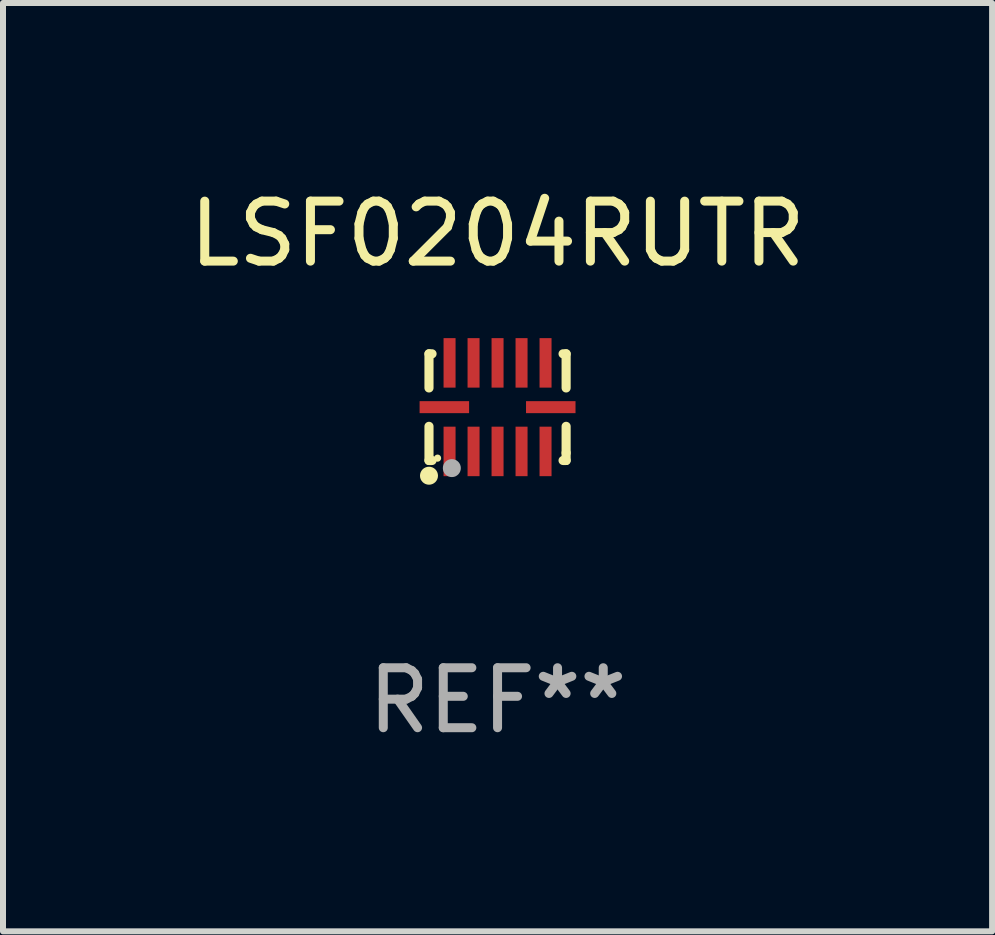
<source format=kicad_pcb>
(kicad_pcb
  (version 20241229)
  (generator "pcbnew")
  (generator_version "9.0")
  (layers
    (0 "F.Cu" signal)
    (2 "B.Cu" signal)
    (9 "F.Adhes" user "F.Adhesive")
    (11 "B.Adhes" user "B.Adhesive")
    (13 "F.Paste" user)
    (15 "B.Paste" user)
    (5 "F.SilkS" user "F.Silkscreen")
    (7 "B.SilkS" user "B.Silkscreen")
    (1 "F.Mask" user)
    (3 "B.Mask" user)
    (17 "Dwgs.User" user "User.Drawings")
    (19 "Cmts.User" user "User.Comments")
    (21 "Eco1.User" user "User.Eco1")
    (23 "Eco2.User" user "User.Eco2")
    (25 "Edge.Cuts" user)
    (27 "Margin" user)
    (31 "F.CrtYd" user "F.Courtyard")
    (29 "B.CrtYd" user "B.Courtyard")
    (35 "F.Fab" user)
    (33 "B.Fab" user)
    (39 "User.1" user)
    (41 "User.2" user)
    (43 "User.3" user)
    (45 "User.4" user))
  (footprint "LSF0204RUTR"
    (layer "F.Cu")
    (at 5.244 3.737)
    (property "Reference" "LSF0204RUTR" (at 0 -2.889 0) (layer "F.SilkS") (effects (font (size 1 1) (thickness 0.15))))
    (attr through_hole)
    (fp_line (start -1.143 -0.889) (end -1.143 -0.32) (stroke (width 0.152) (type solid)) (layer "F.SilkS"))
    (fp_line (start -1.143 0.32) (end -1.143 0.889) (stroke (width 0.152) (type solid)) (layer "F.SilkS"))
    (fp_line (start -1.143 0.889) (end -1.092 0.889) (stroke (width 0.152) (type solid)) (layer "F.SilkS"))
    (fp_line (start -1.092 -0.889) (end -1.143 -0.889) (stroke (width 0.152) (type solid)) (layer "F.SilkS"))
    (fp_line (start 1.092 0.889) (end 1.143 0.889) (stroke (width 0.152) (type solid)) (layer "F.SilkS"))
    (fp_line (start 1.143 -0.889) (end 1.092 -0.889) (stroke (width 0.152) (type solid)) (layer "F.SilkS"))
    (fp_line (start 1.143 -0.32) (end 1.143 -0.889) (stroke (width 0.152) (type solid)) (layer "F.SilkS"))
    (fp_line (start 1.143 0.762) (end 1.143 0.32) (stroke (width 0.152) (type solid)) (layer "F.SilkS"))
    (fp_line (start 1.143 0.889) (end 1.143 0.762) (stroke (width 0.152) (type solid)) (layer "F.SilkS"))
    (fp_circle (center -1.143 1.143) (end -1.068 1.143) (stroke (width 0.15) (type solid)) (fill no) (layer "F.SilkS"))
    (fp_circle (center -1 0.85) (end -0.97 0.85) (stroke (width 0.06) (type solid)) (fill no) (layer "F.SilkS"))
    (fp_circle (center -0.762 1.016) (end -0.687 1.016) (stroke (width 0.15) (type solid)) (fill no) (layer "F.Fab"))
    (fp_text user "REF**" (at 0 4.889 0) (layer "F.Fab") (effects (font (size 1 1) (thickness 0.15))))
    (pad "1" smd rect (at -0.8 0.738) (size 0.2 0.825) (layers "F.Cu" "F.Mask" "F.Paste"))
    (pad "2" smd rect (at -0.4 0.738) (size 0.2 0.825) (layers "F.Cu" "F.Mask" "F.Paste"))
    (pad "3" smd rect (at 0 0.738) (size 0.2 0.825) (layers "F.Cu" "F.Mask" "F.Paste"))
    (pad "4" smd rect (at 0.4 0.738) (size 0.2 0.825) (layers "F.Cu" "F.Mask" "F.Paste"))
    (pad "5" smd rect (at 0.8 0.738) (size 0.2 0.825) (layers "F.Cu" "F.Mask" "F.Paste"))
    (pad "6" smd rect (at 0.887 0) (size 0.825 0.2) (layers "F.Cu" "F.Mask" "F.Paste"))
    (pad "7" smd rect (at 0.8 -0.738) (size 0.2 0.825) (layers "F.Cu" "F.Mask" "F.Paste"))
    (pad "8" smd rect (at 0.4 -0.738) (size 0.2 0.825) (layers "F.Cu" "F.Mask" "F.Paste"))
    (pad "9" smd rect (at 0 -0.738) (size 0.2 0.825) (layers "F.Cu" "F.Mask" "F.Paste"))
    (pad "10" smd rect (at -0.4 -0.738) (size 0.2 0.825) (layers "F.Cu" "F.Mask" "F.Paste"))
    (pad "11" smd rect (at -0.8 -0.738) (size 0.2 0.825) (layers "F.Cu" "F.Mask" "F.Paste"))
    (pad "12" smd rect (at -0.887 0) (size 0.825 0.2) (layers "F.Cu" "F.Mask" "F.Paste")))
  (gr_rect
    (start -3 -3)
    (end 13.488 12.475)
    (stroke (width 0.1) (type default))
    (fill no)
    (layer "Edge.Cuts")))
</source>
